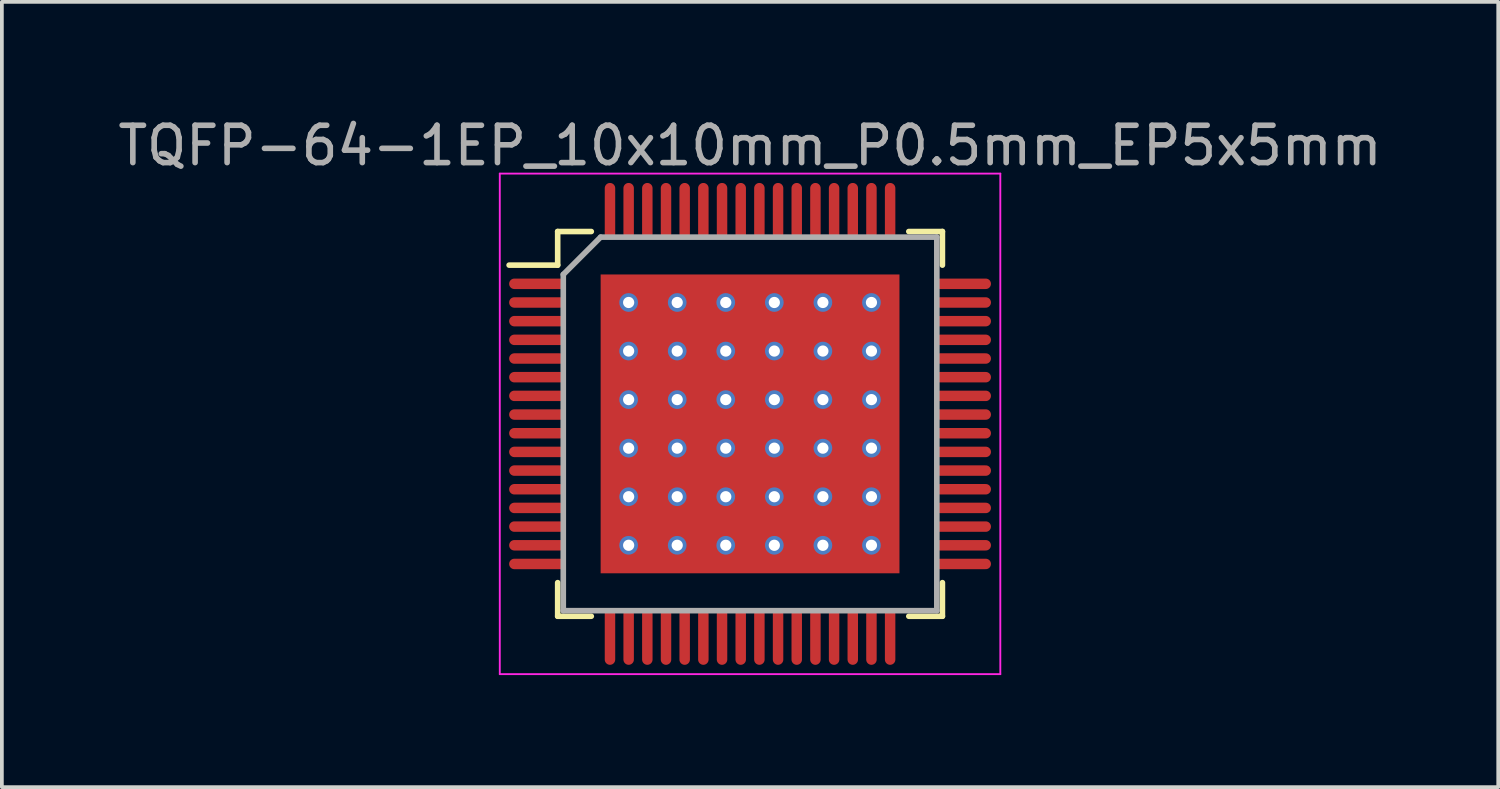
<source format=kicad_pcb>
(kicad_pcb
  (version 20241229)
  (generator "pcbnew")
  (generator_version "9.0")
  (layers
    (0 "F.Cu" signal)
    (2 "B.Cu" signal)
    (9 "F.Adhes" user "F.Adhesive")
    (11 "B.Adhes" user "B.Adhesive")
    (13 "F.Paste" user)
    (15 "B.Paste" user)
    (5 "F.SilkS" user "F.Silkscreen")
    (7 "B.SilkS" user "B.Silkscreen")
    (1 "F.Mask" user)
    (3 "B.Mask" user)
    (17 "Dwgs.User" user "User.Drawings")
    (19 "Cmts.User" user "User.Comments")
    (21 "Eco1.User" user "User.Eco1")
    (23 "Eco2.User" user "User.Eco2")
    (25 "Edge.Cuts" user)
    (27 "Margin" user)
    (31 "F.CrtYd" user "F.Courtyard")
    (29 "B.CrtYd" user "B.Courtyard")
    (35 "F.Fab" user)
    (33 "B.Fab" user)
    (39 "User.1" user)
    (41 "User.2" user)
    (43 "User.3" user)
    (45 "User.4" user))
  (footprint "TQFP-64-1EP_10x10mm_P0.5mm_EP5x5mm"
    (layer "F.Cu")
    (at 17.03 8.298)
    (property "Reference" "TQFP-64-1EP_10x10mm_P0.5mm_EP5x5mm" (at 0 -7.45 0) (layer "F.Fab") (effects (font (size 1 1) (thickness 0.15))))
    (attr smd)
    (fp_poly (pts (xy -2.5 -2.5) (xy 2.5 -2.5) (xy 2.5 2.5) (xy -2.5 2.5)) (stroke (width 0.15) (type solid)) (fill yes) (layer "F.Mask"))
    (fp_line (start -5.15 -5.15) (end -5.15 -4.25) (stroke (width 0.15) (type solid)) (layer "F.SilkS"))
    (fp_line (start -5.15 -4.25) (end -6.45 -4.25) (stroke (width 0.15) (type solid)) (layer "F.SilkS"))
    (fp_line (start -5.15 5.15) (end -5.15 4.25) (stroke (width 0.15) (type solid)) (layer "F.SilkS"))
    (fp_line (start -4.25 -5.15) (end -5.15 -5.15) (stroke (width 0.15) (type solid)) (layer "F.SilkS"))
    (fp_line (start -4.25 5.15) (end -5.15 5.15) (stroke (width 0.15) (type solid)) (layer "F.SilkS"))
    (fp_line (start 4.25 -5.15) (end 5.15 -5.15) (stroke (width 0.15) (type solid)) (layer "F.SilkS"))
    (fp_line (start 4.25 5.15) (end 5.15 5.15) (stroke (width 0.15) (type solid)) (layer "F.SilkS"))
    (fp_line (start 5.15 -5.15) (end 5.15 -4.25) (stroke (width 0.15) (type solid)) (layer "F.SilkS"))
    (fp_line (start 5.15 5.15) (end 5.15 4.25) (stroke (width 0.15) (type solid)) (layer "F.SilkS"))
    (fp_poly (pts (xy -2.35 -2.35) (xy -0.15 -2.35) (xy -0.15 -0.15) (xy -2.35 -0.15)) (stroke (width 0) (type solid)) (fill yes) (layer "F.Paste"))
    (fp_poly (pts (xy -2.35 0.15) (xy -0.15 0.15) (xy -0.15 2.35) (xy -2.35 2.35)) (stroke (width 0) (type solid)) (fill yes) (layer "F.Paste"))
    (fp_poly (pts (xy 0.15 -2.35) (xy 2.35 -2.35) (xy 2.35 -0.15) (xy 0.15 -0.15)) (stroke (width 0) (type solid)) (fill yes) (layer "F.Paste"))
    (fp_poly (pts (xy 0.15 0.15) (xy 2.35 0.15) (xy 2.35 2.35) (xy 0.15 2.35)) (stroke (width 0) (type solid)) (fill yes) (layer "F.Paste"))
    (fp_line (start -6.7 -6.7) (end 6.7 -6.7) (stroke (width 0.05) (type solid)) (layer "F.CrtYd"))
    (fp_line (start -6.7 6.7) (end -6.7 -6.7) (stroke (width 0.05) (type solid)) (layer "F.CrtYd"))
    (fp_line (start 6.7 -6.7) (end 6.7 6.7) (stroke (width 0.05) (type solid)) (layer "F.CrtYd"))
    (fp_line (start 6.7 6.7) (end -6.7 6.7) (stroke (width 0.05) (type solid)) (layer "F.CrtYd"))
    (fp_line (start -5 -4) (end -5 5) (stroke (width 0.15) (type solid)) (layer "F.Fab"))
    (fp_line (start -5 5) (end 5 5) (stroke (width 0.15) (type solid)) (layer "F.Fab"))
    (fp_line (start -4 -5) (end -5 -4) (stroke (width 0.15) (type solid)) (layer "F.Fab"))
    (fp_line (start 5 -5) (end -4 -5) (stroke (width 0.15) (type solid)) (layer "F.Fab"))
    (fp_line (start 5 5) (end 5 -5) (stroke (width 0.15) (type solid)) (layer "F.Fab"))
    (pad "1" smd oval (at -5.7 -3.75 90) (size 0.28 1.5) (layers "F.Cu" "F.Mask" "F.Paste"))
    (pad "2" smd oval (at -5.7 -3.25 90) (size 0.28 1.5) (layers "F.Cu" "F.Mask" "F.Paste"))
    (pad "3" smd oval (at -5.7 -2.75 90) (size 0.28 1.5) (layers "F.Cu" "F.Mask" "F.Paste"))
    (pad "4" smd oval (at -5.7 -2.25 90) (size 0.28 1.5) (layers "F.Cu" "F.Mask" "F.Paste"))
    (pad "5" smd oval (at -5.7 -1.75 90) (size 0.28 1.5) (layers "F.Cu" "F.Mask" "F.Paste"))
    (pad "6" smd oval (at -5.7 -1.25 90) (size 0.28 1.5) (layers "F.Cu" "F.Mask" "F.Paste"))
    (pad "7" smd oval (at -5.7 -0.75 90) (size 0.28 1.5) (layers "F.Cu" "F.Mask" "F.Paste"))
    (pad "8" smd oval (at -5.7 -0.25 90) (size 0.28 1.5) (layers "F.Cu" "F.Mask" "F.Paste"))
    (pad "9" smd oval (at -5.7 0.25 90) (size 0.28 1.5) (layers "F.Cu" "F.Mask" "F.Paste"))
    (pad "10" smd oval (at -5.7 0.75 90) (size 0.28 1.5) (layers "F.Cu" "F.Mask" "F.Paste"))
    (pad "11" smd oval (at -5.7 1.25 90) (size 0.28 1.5) (layers "F.Cu" "F.Mask" "F.Paste"))
    (pad "12" smd oval (at -5.7 1.75 90) (size 0.28 1.5) (layers "F.Cu" "F.Mask" "F.Paste"))
    (pad "13" smd oval (at -5.7 2.25 90) (size 0.28 1.5) (layers "F.Cu" "F.Mask" "F.Paste"))
    (pad "14" smd oval (at -5.7 2.75 90) (size 0.28 1.5) (layers "F.Cu" "F.Mask" "F.Paste"))
    (pad "15" smd oval (at -5.7 3.25 90) (size 0.28 1.5) (layers "F.Cu" "F.Mask" "F.Paste"))
    (pad "16" smd oval (at -5.7 3.75 90) (size 0.28 1.5) (layers "F.Cu" "F.Mask" "F.Paste"))
    (pad "17" smd oval (at -3.75 5.7) (size 0.28 1.5) (layers "F.Cu" "F.Mask" "F.Paste"))
    (pad "18" smd oval (at -3.25 5.7) (size 0.28 1.5) (layers "F.Cu" "F.Mask" "F.Paste"))
    (pad "19" smd oval (at -2.75 5.7) (size 0.28 1.5) (layers "F.Cu" "F.Mask" "F.Paste"))
    (pad "20" smd oval (at -2.25 5.7) (size 0.28 1.5) (layers "F.Cu" "F.Mask" "F.Paste"))
    (pad "21" smd oval (at -1.75 5.7) (size 0.28 1.5) (layers "F.Cu" "F.Mask" "F.Paste"))
    (pad "22" smd oval (at -1.25 5.7) (size 0.28 1.5) (layers "F.Cu" "F.Mask" "F.Paste"))
    (pad "23" smd oval (at -0.75 5.7) (size 0.28 1.5) (layers "F.Cu" "F.Mask" "F.Paste"))
    (pad "24" smd oval (at -0.25 5.7) (size 0.28 1.5) (layers "F.Cu" "F.Mask" "F.Paste"))
    (pad "25" smd oval (at 0.25 5.7) (size 0.28 1.5) (layers "F.Cu" "F.Mask" "F.Paste"))
    (pad "26" smd oval (at 0.75 5.7) (size 0.28 1.5) (layers "F.Cu" "F.Mask" "F.Paste"))
    (pad "27" smd oval (at 1.25 5.7) (size 0.28 1.5) (layers "F.Cu" "F.Mask" "F.Paste"))
    (pad "28" smd oval (at 1.75 5.7) (size 0.28 1.5) (layers "F.Cu" "F.Mask" "F.Paste"))
    (pad "29" smd oval (at 2.25 5.7) (size 0.28 1.5) (layers "F.Cu" "F.Mask" "F.Paste"))
    (pad "30" smd oval (at 2.75 5.7) (size 0.28 1.5) (layers "F.Cu" "F.Mask" "F.Paste"))
    (pad "31" smd oval (at 3.25 5.7) (size 0.28 1.5) (layers "F.Cu" "F.Mask" "F.Paste"))
    (pad "32" smd oval (at 3.75 5.7) (size 0.28 1.5) (layers "F.Cu" "F.Mask" "F.Paste"))
    (pad "33" smd oval (at 5.7 3.75 90) (size 0.28 1.5) (layers "F.Cu" "F.Mask" "F.Paste"))
    (pad "34" smd oval (at 5.7 3.25 90) (size 0.28 1.5) (layers "F.Cu" "F.Mask" "F.Paste"))
    (pad "35" smd oval (at 5.7 2.75 90) (size 0.28 1.5) (layers "F.Cu" "F.Mask" "F.Paste"))
    (pad "36" smd oval (at 5.7 2.25 90) (size 0.28 1.5) (layers "F.Cu" "F.Mask" "F.Paste"))
    (pad "37" smd oval (at 5.7 1.75 90) (size 0.28 1.5) (layers "F.Cu" "F.Mask" "F.Paste"))
    (pad "38" smd oval (at 5.7 1.25 90) (size 0.28 1.5) (layers "F.Cu" "F.Mask" "F.Paste"))
    (pad "39" smd oval (at 5.7 0.75 90) (size 0.28 1.5) (layers "F.Cu" "F.Mask" "F.Paste"))
    (pad "40" smd oval (at 5.7 0.25 90) (size 0.28 1.5) (layers "F.Cu" "F.Mask" "F.Paste"))
    (pad "41" smd oval (at 5.7 -0.25 90) (size 0.28 1.5) (layers "F.Cu" "F.Mask" "F.Paste"))
    (pad "42" smd oval (at 5.7 -0.75 90) (size 0.28 1.5) (layers "F.Cu" "F.Mask" "F.Paste"))
    (pad "43" smd oval (at 5.7 -1.25 90) (size 0.28 1.5) (layers "F.Cu" "F.Mask" "F.Paste"))
    (pad "44" smd oval (at 5.7 -1.75 90) (size 0.28 1.5) (layers "F.Cu" "F.Mask" "F.Paste"))
    (pad "45" smd oval (at 5.7 -2.25 90) (size 0.28 1.5) (layers "F.Cu" "F.Mask" "F.Paste"))
    (pad "46" smd oval (at 5.7 -2.75 90) (size 0.28 1.5) (layers "F.Cu" "F.Mask" "F.Paste"))
    (pad "47" smd oval (at 5.7 -3.25 90) (size 0.28 1.5) (layers "F.Cu" "F.Mask" "F.Paste"))
    (pad "48" smd oval (at 5.7 -3.75 90) (size 0.28 1.5) (layers "F.Cu" "F.Mask" "F.Paste"))
    (pad "49" smd oval (at 3.75 -5.7) (size 0.28 1.5) (layers "F.Cu" "F.Mask" "F.Paste"))
    (pad "50" smd oval (at 3.25 -5.7) (size 0.28 1.5) (layers "F.Cu" "F.Mask" "F.Paste"))
    (pad "51" smd oval (at 2.75 -5.7) (size 0.28 1.5) (layers "F.Cu" "F.Mask" "F.Paste"))
    (pad "52" smd oval (at 2.25 -5.7) (size 0.28 1.5) (layers "F.Cu" "F.Mask" "F.Paste"))
    (pad "53" smd oval (at 1.75 -5.7) (size 0.28 1.5) (layers "F.Cu" "F.Mask" "F.Paste"))
    (pad "54" smd oval (at 1.25 -5.7) (size 0.28 1.5) (layers "F.Cu" "F.Mask" "F.Paste"))
    (pad "55" smd oval (at 0.75 -5.7) (size 0.28 1.5) (layers "F.Cu" "F.Mask" "F.Paste"))
    (pad "56" smd oval (at 0.25 -5.7) (size 0.28 1.5) (layers "F.Cu" "F.Mask" "F.Paste"))
    (pad "57" smd oval (at -0.25 -5.7) (size 0.28 1.5) (layers "F.Cu" "F.Mask" "F.Paste"))
    (pad "58" smd oval (at -0.75 -5.7) (size 0.28 1.5) (layers "F.Cu" "F.Mask" "F.Paste"))
    (pad "59" smd oval (at -1.25 -5.7) (size 0.28 1.5) (layers "F.Cu" "F.Mask" "F.Paste"))
    (pad "60" smd oval (at -1.75 -5.7) (size 0.28 1.5) (layers "F.Cu" "F.Mask" "F.Paste"))
    (pad "61" smd oval (at -2.25 -5.7) (size 0.28 1.5) (layers "F.Cu" "F.Mask" "F.Paste"))
    (pad "62" smd oval (at -2.75 -5.7) (size 0.28 1.5) (layers "F.Cu" "F.Mask" "F.Paste"))
    (pad "63" smd oval (at -3.25 -5.7) (size 0.28 1.5) (layers "F.Cu" "F.Mask" "F.Paste"))
    (pad "64" smd oval (at -3.75 -5.7) (size 0.28 1.5) (layers "F.Cu" "F.Mask" "F.Paste"))
    (pad "65" thru_hole circle (at -3.25 -3.25) (size 0.5 0.5) (drill 0.3) (layers "*.Cu"))
    (pad "65" thru_hole circle (at -3.25 -1.95) (size 0.5 0.5) (drill 0.3) (layers "*.Cu"))
    (pad "65" thru_hole circle (at -3.25 -0.65) (size 0.5 0.5) (drill 0.3) (layers "*.Cu"))
    (pad "65" thru_hole circle (at -3.25 0.65) (size 0.5 0.5) (drill 0.3) (layers "*.Cu"))
    (pad "65" thru_hole circle (at -3.25 1.95) (size 0.5 0.5) (drill 0.3) (layers "*.Cu"))
    (pad "65" thru_hole circle (at -3.25 3.25) (size 0.5 0.5) (drill 0.3) (layers "*.Cu"))
    (pad "65" thru_hole circle (at -1.95 -3.25) (size 0.5 0.5) (drill 0.3) (layers "*.Cu"))
    (pad "65" thru_hole circle (at -1.95 -1.95) (size 0.5 0.5) (drill 0.3) (layers "*.Cu"))
    (pad "65" thru_hole circle (at -1.95 -0.65) (size 0.5 0.5) (drill 0.3) (layers "*.Cu"))
    (pad "65" thru_hole circle (at -1.95 0.65) (size 0.5 0.5) (drill 0.3) (layers "*.Cu"))
    (pad "65" thru_hole circle (at -1.95 1.95) (size 0.5 0.5) (drill 0.3) (layers "*.Cu"))
    (pad "65" thru_hole circle (at -1.95 3.25) (size 0.5 0.5) (drill 0.3) (layers "*.Cu"))
    (pad "65" thru_hole circle (at -0.65 -3.25) (size 0.5 0.5) (drill 0.3) (layers "*.Cu"))
    (pad "65" thru_hole circle (at -0.65 -1.95) (size 0.5 0.5) (drill 0.3) (layers "*.Cu"))
    (pad "65" thru_hole circle (at -0.65 -0.65) (size 0.5 0.5) (drill 0.3) (layers "*.Cu"))
    (pad "65" thru_hole circle (at -0.65 0.65) (size 0.5 0.5) (drill 0.3) (layers "*.Cu"))
    (pad "65" thru_hole circle (at -0.65 1.95) (size 0.5 0.5) (drill 0.3) (layers "*.Cu"))
    (pad "65" thru_hole circle (at -0.65 3.25) (size 0.5 0.5) (drill 0.3) (layers "*.Cu"))
    (pad "65" smd rect (at 0 0) (size 8 8) (layers "F.Cu"))
    (pad "65" thru_hole circle (at 0.65 -3.25) (size 0.5 0.5) (drill 0.3) (layers "*.Cu"))
    (pad "65" thru_hole circle (at 0.65 -1.95) (size 0.5 0.5) (drill 0.3) (layers "*.Cu"))
    (pad "65" thru_hole circle (at 0.65 -0.65) (size 0.5 0.5) (drill 0.3) (layers "*.Cu"))
    (pad "65" thru_hole circle (at 0.65 0.65) (size 0.5 0.5) (drill 0.3) (layers "*.Cu"))
    (pad "65" thru_hole circle (at 0.65 1.95) (size 0.5 0.5) (drill 0.3) (layers "*.Cu"))
    (pad "65" thru_hole circle (at 0.65 3.25) (size 0.5 0.5) (drill 0.3) (layers "*.Cu"))
    (pad "65" thru_hole circle (at 1.95 -3.25) (size 0.5 0.5) (drill 0.3) (layers "*.Cu"))
    (pad "65" thru_hole circle (at 1.95 -1.95) (size 0.5 0.5) (drill 0.3) (layers "*.Cu"))
    (pad "65" thru_hole circle (at 1.95 -0.65) (size 0.5 0.5) (drill 0.3) (layers "*.Cu"))
    (pad "65" thru_hole circle (at 1.95 0.65) (size 0.5 0.5) (drill 0.3) (layers "*.Cu"))
    (pad "65" thru_hole circle (at 1.95 1.95) (size 0.5 0.5) (drill 0.3) (layers "*.Cu"))
    (pad "65" thru_hole circle (at 1.95 3.25) (size 0.5 0.5) (drill 0.3) (layers "*.Cu"))
    (pad "65" thru_hole circle (at 3.25 -3.25) (size 0.5 0.5) (drill 0.3) (layers "*.Cu"))
    (pad "65" thru_hole circle (at 3.25 -1.95) (size 0.5 0.5) (drill 0.3) (layers "*.Cu"))
    (pad "65" thru_hole circle (at 3.25 -0.65) (size 0.5 0.5) (drill 0.3) (layers "*.Cu"))
    (pad "65" thru_hole circle (at 3.25 0.65) (size 0.5 0.5) (drill 0.3) (layers "*.Cu"))
    (pad "65" thru_hole circle (at 3.25 1.95) (size 0.5 0.5) (drill 0.3) (layers "*.Cu"))
    (pad "65" thru_hole circle (at 3.25 3.25) (size 0.5 0.5) (drill 0.3) (layers "*.Cu")))
  (gr_rect
    (start -3 -3)
    (end 37.06 18.023)
    (stroke (width 0.1) (type default))
    (fill no)
    (layer "Edge.Cuts")))
</source>
